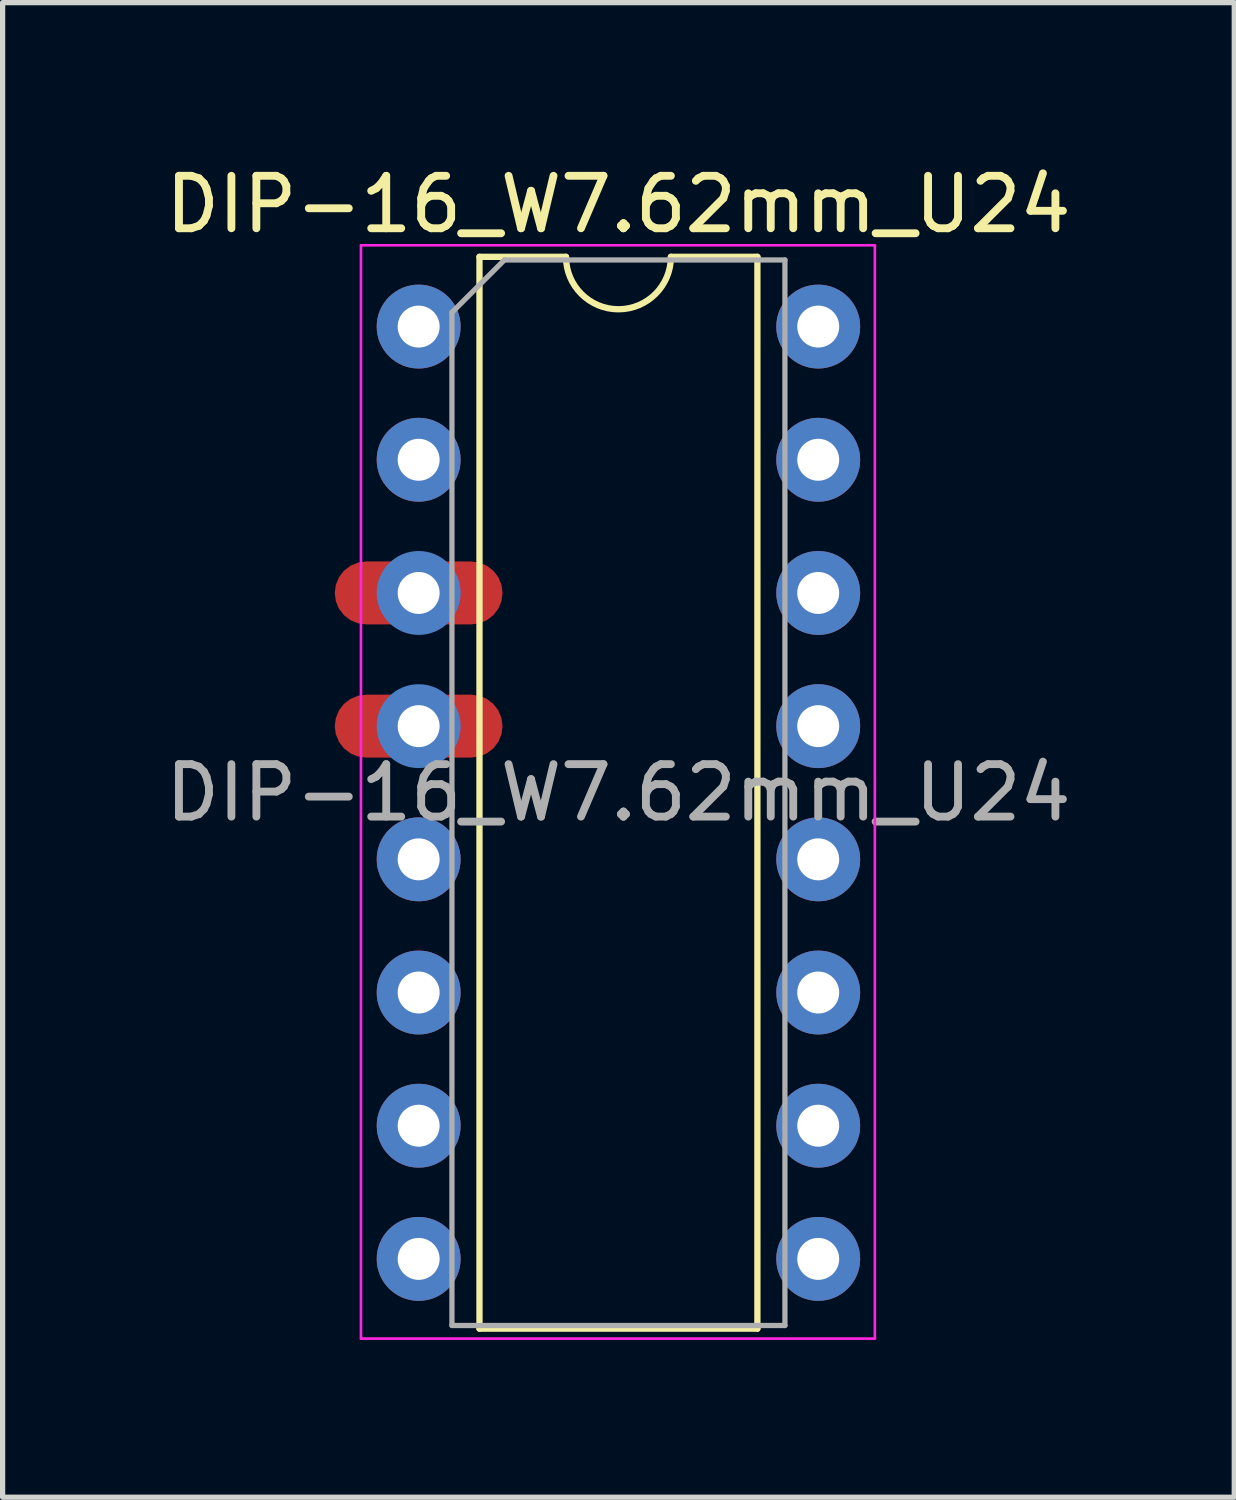
<source format=kicad_pcb>
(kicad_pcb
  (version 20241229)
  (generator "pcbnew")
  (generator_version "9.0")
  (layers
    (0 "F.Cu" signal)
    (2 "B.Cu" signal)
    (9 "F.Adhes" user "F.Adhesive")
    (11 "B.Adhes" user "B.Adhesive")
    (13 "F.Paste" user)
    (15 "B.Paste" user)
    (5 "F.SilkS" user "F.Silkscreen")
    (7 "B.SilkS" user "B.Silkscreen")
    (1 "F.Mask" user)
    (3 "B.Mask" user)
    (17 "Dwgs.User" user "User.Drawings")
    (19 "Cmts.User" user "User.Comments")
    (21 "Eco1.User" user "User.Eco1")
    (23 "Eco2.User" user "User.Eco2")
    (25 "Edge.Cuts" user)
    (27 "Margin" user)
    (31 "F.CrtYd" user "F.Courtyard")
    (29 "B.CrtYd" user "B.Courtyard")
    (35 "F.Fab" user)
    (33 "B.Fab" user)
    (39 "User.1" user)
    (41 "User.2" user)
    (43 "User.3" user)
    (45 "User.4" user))
  (footprint "DIP-16_W7.62mm_U24"
    (layer "F.Cu")
    (at 4.934 3.178)
    (property "Reference" "DIP-16_W7.62mm_U24" (at 3.81 -2.33 0) (layer "F.SilkS") (effects (font (size 1 1) (thickness 0.15))))
    (attr through_hole)
    (fp_rect (start 1.2 0) (end -1.2 2.54) (stroke (width 0) (type solid)) (fill yes) (layer "F.Mask"))
    (fp_rect (start 1.2 17.78) (end -1.2 10.16) (stroke (width 0) (type solid)) (fill yes) (layer "F.Mask"))
    (fp_rect (start 1.9 4.38) (end -1.9 5.78) (stroke (width 0) (type solid)) (fill yes) (layer "F.Mask"))
    (fp_rect (start 1.9 6.92) (end -1.9 8.32) (stroke (width 0) (type solid)) (fill yes) (layer "F.Mask"))
    (fp_rect (start 8.82 0) (end 6.42 17.78) (stroke (width 0) (type solid)) (fill yes) (layer "F.Mask"))
    (fp_circle (center 0 0) (end 1.2 0) (stroke (width 0) (type solid)) (fill yes) (layer "F.Mask"))
    (fp_circle (center 0 2.54) (end 1.2 2.54) (stroke (width 0) (type solid)) (fill yes) (layer "F.Mask"))
    (fp_circle (center 0 10.16) (end 1.2 10.16) (stroke (width 0) (type solid)) (fill yes) (layer "F.Mask"))
    (fp_circle (center 0 17.78) (end 1.2 17.78) (stroke (width 0) (type solid)) (fill yes) (layer "F.Mask"))
    (fp_circle (center 7.62 0) (end 8.82 0) (stroke (width 0) (type solid)) (fill yes) (layer "F.Mask"))
    (fp_circle (center 7.62 17.78) (end 8.82 17.78) (stroke (width 0) (type solid)) (fill yes) (layer "F.Mask"))
    (fp_rect (start -1.2 0) (end 1.2 17.78) (stroke (width 0) (type solid)) (fill yes) (layer "B.Mask"))
    (fp_rect (start 6.42 0) (end 8.82 17.78) (stroke (width 0) (type solid)) (fill yes) (layer "B.Mask"))
    (fp_circle (center 0 0) (end -1.2 0) (stroke (width 0) (type solid)) (fill yes) (layer "B.Mask"))
    (fp_circle (center 0 17.78) (end -1.2 17.78) (stroke (width 0) (type solid)) (fill yes) (layer "B.Mask"))
    (fp_circle (center 7.62 0) (end 6.42 0) (stroke (width 0) (type solid)) (fill yes) (layer "B.Mask"))
    (fp_circle (center 7.62 17.78) (end 6.42 17.78) (stroke (width 0) (type solid)) (fill yes) (layer "B.Mask"))
    (fp_line (start 1.16 -1.33) (end 1.16 19.11) (stroke (width 0.12) (type solid)) (layer "F.SilkS"))
    (fp_line (start 1.16 19.11) (end 6.46 19.11) (stroke (width 0.12) (type solid)) (layer "F.SilkS"))
    (fp_line (start 2.81 -1.33) (end 1.16 -1.33) (stroke (width 0.12) (type solid)) (layer "F.SilkS"))
    (fp_line (start 6.46 -1.33) (end 4.81 -1.33) (stroke (width 0.12) (type solid)) (layer "F.SilkS"))
    (fp_line (start 6.46 19.11) (end 6.46 -1.33) (stroke (width 0.12) (type solid)) (layer "F.SilkS"))
    (fp_arc (start 4.81 -1.33) (mid 3.81 -0.33) (end 2.81 -1.33) (stroke (width 0.12) (type solid)) (layer "F.SilkS"))
    (fp_line (start -1.1 -1.55) (end -1.1 19.3) (stroke (width 0.05) (type solid)) (layer "F.CrtYd"))
    (fp_line (start -1.1 19.3) (end 8.7 19.3) (stroke (width 0.05) (type solid)) (layer "F.CrtYd"))
    (fp_line (start 8.7 -1.55) (end -1.1 -1.55) (stroke (width 0.05) (type solid)) (layer "F.CrtYd"))
    (fp_line (start 8.7 19.3) (end 8.7 -1.55) (stroke (width 0.05) (type solid)) (layer "F.CrtYd"))
    (fp_line (start 0.635 -0.27) (end 1.635 -1.27) (stroke (width 0.1) (type solid)) (layer "F.Fab"))
    (fp_line (start 0.635 19.05) (end 0.635 -0.27) (stroke (width 0.1) (type solid)) (layer "F.Fab"))
    (fp_line (start 1.635 -1.27) (end 6.985 -1.27) (stroke (width 0.1) (type solid)) (layer "F.Fab"))
    (fp_line (start 6.985 -1.27) (end 6.985 19.05) (stroke (width 0.1) (type solid)) (layer "F.Fab"))
    (fp_line (start 6.985 19.05) (end 0.635 19.05) (stroke (width 0.1) (type solid)) (layer "F.Fab"))
    (fp_text user "${REFERENCE}" (at 3.81 8.89 0) (layer "F.Fab") (effects (font (size 1 1) (thickness 0.15))))
    (pad "1" thru_hole oval (at 0 0) (size 1.6 1.6) (drill 0.8) (layers "*.Cu" "*.Mask"))
    (pad "2" thru_hole oval (at 0 2.54) (size 1.6 1.6) (drill 0.8) (layers "*.Cu" "*.Mask"))
    (pad "3" thru_hole oval (at 0 5.08) (size 1.2 1.2) (drill 0.8) (layers "*.Cu" "*.Mask"))
    (pad "3" smd circle (at 0 5.08) (size 1.6 1.6) (layers "B.Cu"))
    (pad "3" smd roundrect (at 0 5.08) (size 3.2 1.2) (layers "F.Cu") (roundrect_rratio 0.5))
    (pad "4" thru_hole oval (at 0 7.62) (size 1.2 1.2) (drill 0.8) (layers "*.Cu" "*.Mask"))
    (pad "4" smd circle (at 0 7.62) (size 1.6 1.6) (layers "B.Cu"))
    (pad "4" smd roundrect (at 0 7.62) (size 3.2 1.2) (layers "F.Cu") (roundrect_rratio 0.5))
    (pad "5" thru_hole oval (at 0 10.16) (size 1.6 1.6) (drill 0.8) (layers "*.Cu" "*.Mask"))
    (pad "6" thru_hole oval (at 0 12.7) (size 1.6 1.6) (drill 0.8) (layers "*.Cu" "*.Mask"))
    (pad "7" thru_hole oval (at 0 15.24) (size 1.6 1.6) (drill 0.8) (layers "*.Cu" "*.Mask"))
    (pad "8" thru_hole oval (at 0 17.78) (size 1.6 1.6) (drill 0.8) (layers "*.Cu" "*.Mask"))
    (pad "9" thru_hole oval (at 7.62 17.78) (size 1.6 1.6) (drill 0.8) (layers "*.Cu" "*.Mask"))
    (pad "10" thru_hole oval (at 7.62 15.24) (size 1.6 1.6) (drill 0.8) (layers "*.Cu" "*.Mask"))
    (pad "11" thru_hole oval (at 7.62 12.7) (size 1.6 1.6) (drill 0.8) (layers "*.Cu" "*.Mask"))
    (pad "12" thru_hole oval (at 7.62 10.16) (size 1.6 1.6) (drill 0.8) (layers "*.Cu" "*.Mask"))
    (pad "13" thru_hole oval (at 7.62 7.62) (size 1.6 1.6) (drill 0.8) (layers "*.Cu" "*.Mask"))
    (pad "14" thru_hole oval (at 7.62 5.08) (size 1.6 1.6) (drill 0.8) (layers "*.Cu" "*.Mask"))
    (pad "15" thru_hole oval (at 7.62 2.54) (size 1.6 1.6) (drill 0.8) (layers "*.Cu" "*.Mask"))
    (pad "16" thru_hole oval (at 7.62 0) (size 1.6 1.6) (drill 0.8) (layers "*.Cu" "*.Mask")))
  (gr_rect
    (start -3 -3)
    (end 20.488 25.503)
    (stroke (width 0.1) (type default))
    (fill no)
    (layer "Edge.Cuts")))
</source>
